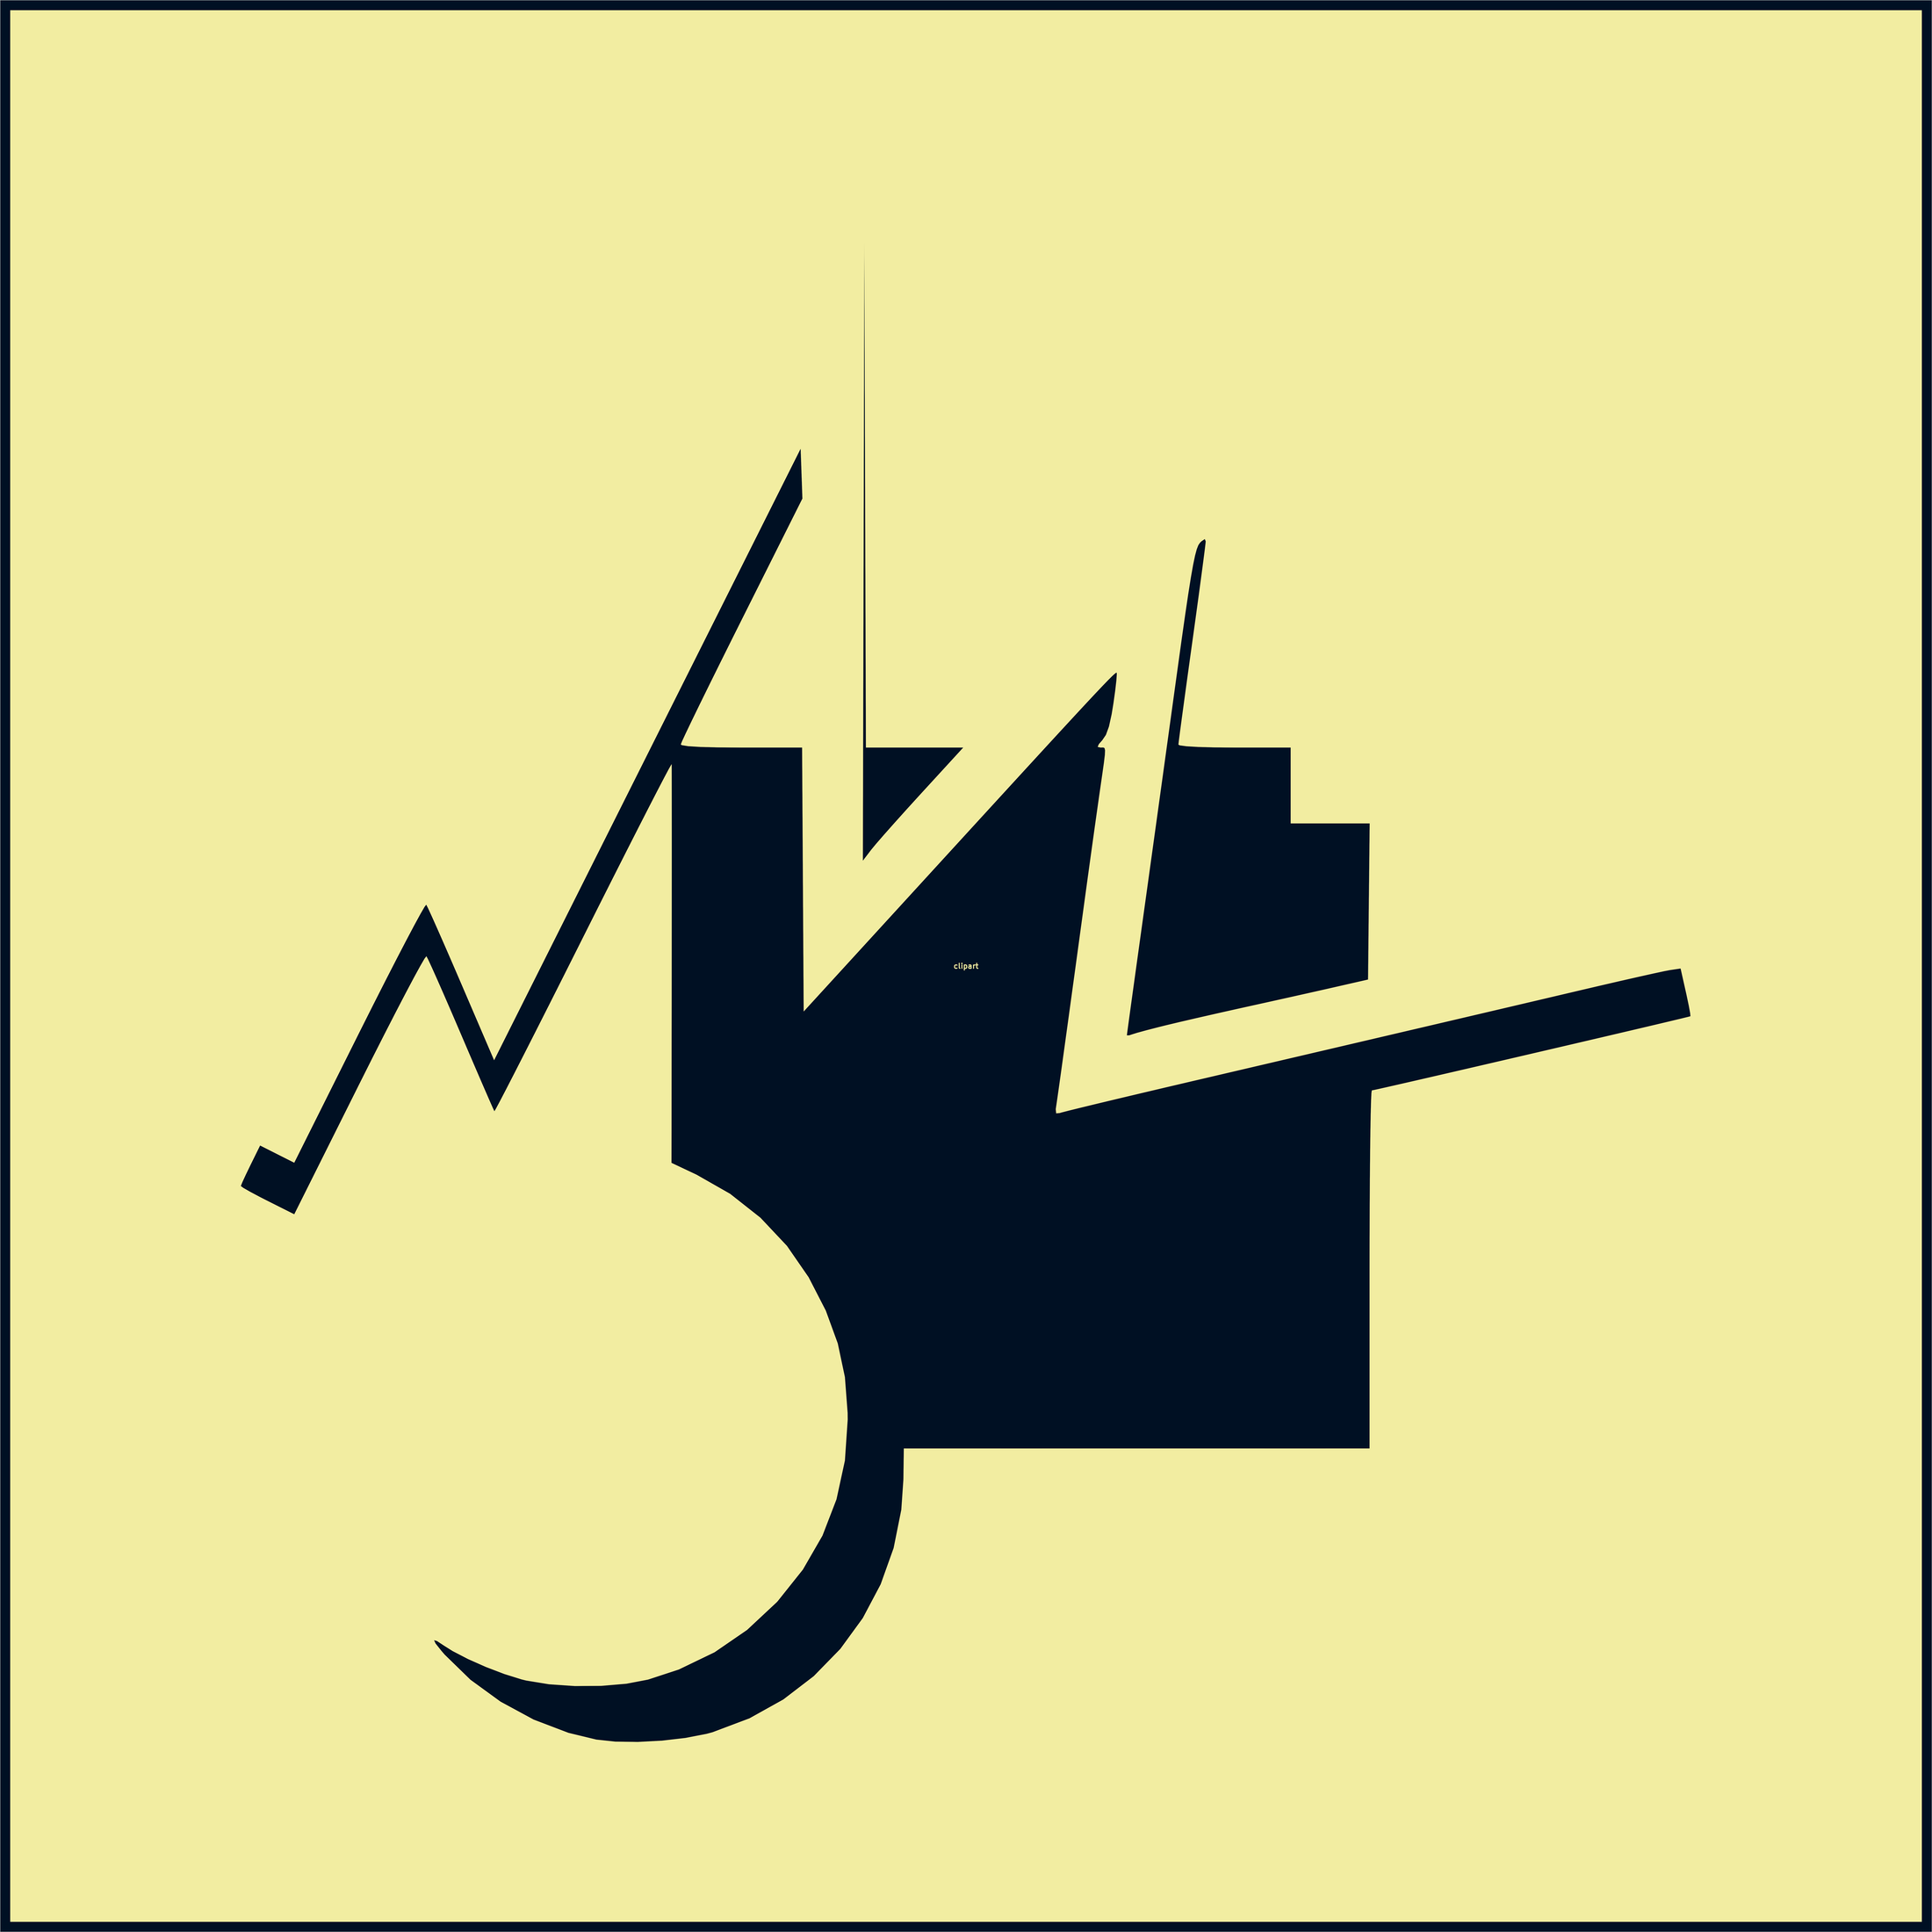
<source format=kicad_pcb>
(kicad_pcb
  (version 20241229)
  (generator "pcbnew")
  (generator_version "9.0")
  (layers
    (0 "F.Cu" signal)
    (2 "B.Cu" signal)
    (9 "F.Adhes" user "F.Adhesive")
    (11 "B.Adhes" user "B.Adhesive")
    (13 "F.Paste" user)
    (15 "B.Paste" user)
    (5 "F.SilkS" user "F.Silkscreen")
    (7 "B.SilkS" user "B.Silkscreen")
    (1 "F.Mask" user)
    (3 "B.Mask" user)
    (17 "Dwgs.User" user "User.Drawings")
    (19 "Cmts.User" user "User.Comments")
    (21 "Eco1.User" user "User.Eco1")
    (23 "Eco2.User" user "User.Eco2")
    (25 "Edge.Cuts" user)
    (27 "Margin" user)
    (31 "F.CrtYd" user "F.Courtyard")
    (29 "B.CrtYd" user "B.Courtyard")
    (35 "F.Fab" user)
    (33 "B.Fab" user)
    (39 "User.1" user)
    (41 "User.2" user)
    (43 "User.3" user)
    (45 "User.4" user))
  (footprint "clipart"
    (layer "F.Cu")
    (at 285.755 285.755)
    (property "Reference" "clipart" (at 0 0 0) (layer "F.SilkS") (effects (font (size 1.524 1.524) (thickness 0.3))))
    (attr through_hole)
    (fp_poly (pts (xy 285.75 285.75) (xy -285.75 285.75) (xy -285.75 65.776) (xy -216.807 65.776) (xy -216.051 66.337) (xy -214.013 67.503) (xy -211.044 69.081) (xy -208.821 70.214) (xy -200.835 74.225) (xy -181.401 35.323) (xy -177.508 27.569) (xy -173.848 20.357) (xy -170.504 13.84) (xy -167.555 8.172) (xy -165.082 3.508) (xy -163.166 0.000089) (xy -161.888 -2.197) (xy -161.329 -2.928) (xy -161.321 -2.924) (xy -160.808 -1.946) (xy -159.685 0.479) (xy -158.052 4.129) (xy -156.008 8.78) (xy -153.651 14.21) (xy -151.08 20.196) (xy -150.988 20.411) (xy -148.429 26.389) (xy -146.101 31.8) (xy -144.101 36.426) (xy -142.522 40.049) (xy -141.46 42.45) (xy -141.009 43.41) (xy -141.005 43.416) (xy -140.559 42.684) (xy -139.371 40.463) (xy -137.509 36.887) (xy -135.042 32.09) (xy -132.038 26.206) (xy -128.565 19.368) (xy -124.691 11.711) (xy -120.485 3.369) (xy -116.016 -5.524) (xy -114.401 -8.745) (xy -109.864 -17.781) (xy -105.572 -26.297) (xy -101.593 -34.162) (xy -97.993 -41.244) (xy -94.842 -47.41) (xy -92.206 -52.528) (xy -90.153 -56.467) (xy -88.751 -59.094) (xy -88.067 -60.278) (xy -88.009 -60.325) (xy -87.996 -59.284) (xy -87.985 -56.581) (xy -87.977 -52.372) (xy -87.972 -46.809) (xy -87.969 -40.046) (xy -87.969 -32.235) (xy -87.972 -23.532) (xy -87.978 -14.089) (xy -87.987 -4.06) (xy -87.991 -0.285) (xy -88.056 58.847) (xy -80.541 62.397) (xy -70.521 68.108) (xy -61.447 75.265) (xy -53.54 83.667) (xy -47.061 93.042) (xy -41.921 103.03) (xy -38.348 112.822) (xy -36.215 122.876) (xy -35.396 133.651) (xy -35.379 135.618) (xy -36.216 147.872) (xy -38.727 159.426) (xy -42.911 170.28) (xy -48.768 180.432) (xy -56.298 189.88) (xy -56.61 190.218) (xy -65.452 198.479) (xy -75.182 205.164) (xy -85.863 210.312) (xy -95.07 213.331) (xy -101.518 214.562) (xy -109.033 215.204) (xy -116.968 215.259) (xy -124.673 214.728) (xy -131.5 213.612) (xy -132.896 213.268) (xy -138.016 211.669) (xy -143.539 209.559) (xy -148.883 207.189) (xy -153.47 204.811) (xy -156.014 203.211) (xy -158.179 201.79) (xy -159.042 201.554) (xy -158.603 202.523) (xy -156.86 204.722) (xy -155.872 205.865) (xy -148.156 213.383) (xy -139.166 219.926) (xy -129.27 225.288) (xy -118.839 229.262) (xy -110.523 231.273) (xy -104.868 231.879) (xy -98.117 231.971) (xy -90.9 231.589) (xy -83.847 230.772) (xy -77.589 229.561) (xy -75.78 229.074) (xy -64.736 224.913) (xy -54.613 219.273) (xy -45.519 212.302) (xy -37.565 204.143) (xy -30.86 194.942) (xy -25.515 184.844) (xy -21.638 173.996) (xy -19.341 162.542) (xy -18.719 153.536) (xy -18.596 144.241) (xy 51.027 144.238) (xy 120.65 144.236) (xy 120.65 90.714) (xy 120.661 81.047) (xy 120.693 71.941) (xy 120.743 63.555) (xy 120.811 56.046) (xy 120.893 49.573) (xy 120.988 44.293) (xy 121.094 40.365) (xy 121.209 37.948) (xy 121.321 37.193) (xy 122.305 36.994) (xy 124.849 36.428) (xy 128.757 35.541) (xy 133.83 34.38) (xy 139.871 32.989) (xy 146.682 31.415) (xy 154.066 29.704) (xy 161.825 27.903) (xy 169.761 26.056) (xy 177.677 24.211) (xy 185.375 22.413) (xy 192.658 20.708) (xy 199.327 19.142) (xy 205.186 17.761) (xy 210.037 16.611) (xy 213.682 15.739) (xy 215.923 15.19) (xy 216.577 15.012) (xy 216.497 14.106) (xy 216.086 11.867) (xy 215.427 8.73) (xy 215.216 7.78) (xy 213.632 0.737) (xy 210.457 1.21) (xy 208.726 1.543) (xy 205.505 2.235) (xy 201.069 3.223) (xy 195.693 4.446) (xy 189.651 5.843) (xy 184.15 7.131) (xy 176.875 8.843) (xy 169.147 10.66) (xy 160.828 12.613) (xy 151.776 14.737) (xy 141.852 17.063) (xy 130.915 19.624) (xy 118.825 22.454) (xy 105.442 25.585) (xy 90.626 29.05) (xy 74.237 32.882) (xy 67.582 34.437) (xy 59.502 36.332) (xy 51.939 38.117) (xy 45.082 39.746) (xy 39.121 41.175) (xy 34.245 42.357) (xy 30.645 43.247) (xy 28.509 43.799) (xy 28.01 43.949) (xy 26.953 44.043) (xy 26.826 42.802) (xy 26.876 42.462) (xy 27.191 40.351) (xy 27.747 36.456) (xy 28.54 30.791) (xy 29.568 23.368) (xy 29.931 20.733) (xy 48.079 20.733) (xy 48.775 20.728) (xy 49.666 20.433) (xy 51.206 19.954) (xy 54.033 19.182) (xy 57.673 18.244) (xy 59.871 17.699) (xy 63.803 16.76) (xy 68.967 15.561) (xy 74.822 14.226) (xy 80.825 12.879) (xy 83.911 12.196) (xy 89.978 10.855) (xy 96.385 9.431) (xy 102.521 8.058) (xy 107.779 6.874) (xy 109.764 6.422) (xy 120.196 4.043) (xy 120.439 -19.297) (xy 120.681 -42.636) (xy 97.064 -42.636) (xy 97.064 -65.314) (xy 80.282 -65.314) (xy 74.313 -65.36) (xy 69.474 -65.49) (xy 65.95 -65.695) (xy 63.925 -65.965) (xy 63.5 -66.186) (xy 63.621 -67.265) (xy 63.965 -69.922) (xy 64.501 -73.937) (xy 65.2 -79.092) (xy 66.033 -85.168) (xy 66.969 -91.945) (xy 67.581 -96.348) (xy 68.569 -103.472) (xy 69.47 -110.052) (xy 70.255 -115.864) (xy 70.895 -120.685) (xy 71.36 -124.291) (xy 71.619 -126.458) (xy 71.664 -126.975) (xy 71.38 -127.654) (xy 70.355 -126.95) (xy 69.925 -126.521) (xy 69.451 -125.817) (xy 68.971 -124.589) (xy 68.459 -122.677) (xy 67.885 -119.925) (xy 67.222 -116.172) (xy 66.442 -111.261) (xy 65.517 -105.032) (xy 64.42 -97.328) (xy 63.122 -87.99) (xy 63.059 -87.539) (xy 61.681 -77.55) (xy 60.143 -66.421) (xy 58.517 -54.672) (xy 56.875 -42.826) (xy 55.29 -31.402) (xy 53.834 -20.922) (xy 53.006 -14.97) (xy 51.922 -7.18) (xy 50.92 0.033) (xy 50.028 6.474) (xy 49.272 11.949) (xy 48.679 16.265) (xy 48.276 19.226) (xy 48.089 20.64) (xy 48.079 20.733) (xy 29.931 20.733) (xy 30.831 14.203) (xy 32.326 3.309) (xy 34.05 -9.3) (xy 35.443 -19.504) (xy 36.376 -26.309) (xy 37.36 -33.426) (xy 38.323 -40.339) (xy 39.193 -46.53) (xy 39.897 -51.483) (xy 39.947 -51.825) (xy 40.7 -57.027) (xy 41.218 -60.696) (xy 41.506 -63.096) (xy 41.569 -64.494) (xy 41.412 -65.154) (xy 41.04 -65.342) (xy 40.458 -65.321) (xy 40.21 -65.314) (xy 39.36 -65.513) (xy 39.717 -66.341) (xy 40.713 -67.467) (xy 41.829 -69.105) (xy 42.736 -71.588) (xy 43.544 -75.279) (xy 44.067 -78.483) (xy 44.597 -82.271) (xy 44.95 -85.329) (xy 45.086 -87.255) (xy 45.039 -87.707) (xy 44.852 -87.67) (xy 44.414 -87.339) (xy 43.652 -86.635) (xy 42.497 -85.484) (xy 40.875 -83.806) (xy 38.715 -81.526) (xy 35.947 -78.566) (xy 32.497 -74.849) (xy 28.295 -70.299) (xy 23.269 -64.838) (xy 17.348 -58.389) (xy 10.459 -50.875) (xy 2.532 -42.22) (xy -6.505 -32.346) (xy -12.246 -26.071) (xy -48.532 13.592) (xy -48.768 -25.861) (xy -48.802 -31.48) (xy -30.843 -31.48) (xy -28.348 -34.748) (xy -26.967 -36.423) (xy -24.589 -39.165) (xy -21.448 -42.709) (xy -17.78 -46.79) (xy -13.82 -51.142) (xy -13.341 -51.665) (xy -0.828 -65.314) (xy -29.925 -65.314) (xy -30.163 -140.834) (xy -30.4 -216.354) (xy -30.621 -123.917) (xy -30.843 -31.48) (xy -48.802 -31.48) (xy -49.005 -65.314) (xy -67.138 -65.314) (xy -74.087 -65.36) (xy -79.411 -65.497) (xy -83.057 -65.721) (xy -84.973 -66.031) (xy -85.271 -66.247) (xy -84.877 -67.227) (xy -83.748 -69.66) (xy -81.966 -73.378) (xy -79.614 -78.214) (xy -76.773 -83.998) (xy -73.524 -90.565) (xy -69.951 -97.746) (xy -67.092 -103.464) (xy -48.913 -139.75) (xy -49.176 -147.209) (xy -49.439 -154.668) (xy -95.262 -63.251) (xy -141.085 28.166) (xy -150.93 5.238) (xy -153.531 -0.794) (xy -155.917 -6.279) (xy -157.991 -10.996) (xy -159.654 -14.725) (xy -160.809 -17.242) (xy -161.357 -18.328) (xy -161.371 -18.345) (xy -161.881 -17.692) (xy -163.115 -15.566) (xy -164.992 -12.122) (xy -167.431 -7.513) (xy -170.352 -1.893) (xy -173.673 4.584) (xy -177.315 11.765) (xy -181.197 19.494) (xy -181.402 19.904) (xy -200.838 58.809) (xy -205.94 56.234) (xy -211.042 53.658) (xy -213.925 59.503) (xy -215.337 62.424) (xy -216.365 64.653) (xy -216.804 65.747) (xy -216.807 65.776) (xy -285.75 65.776) (xy -285.75 -285.75) (xy 285.75 -285.75) (xy 285.75 285.75)) (stroke (width 0.01) (type solid)) (fill yes) (layer "F.SilkS")))
  (gr_rect
    (start -3 -3)
    (end 574.51 574.51)
    (stroke (width 0.1) (type default))
    (fill no)
    (layer "Edge.Cuts")))
</source>
